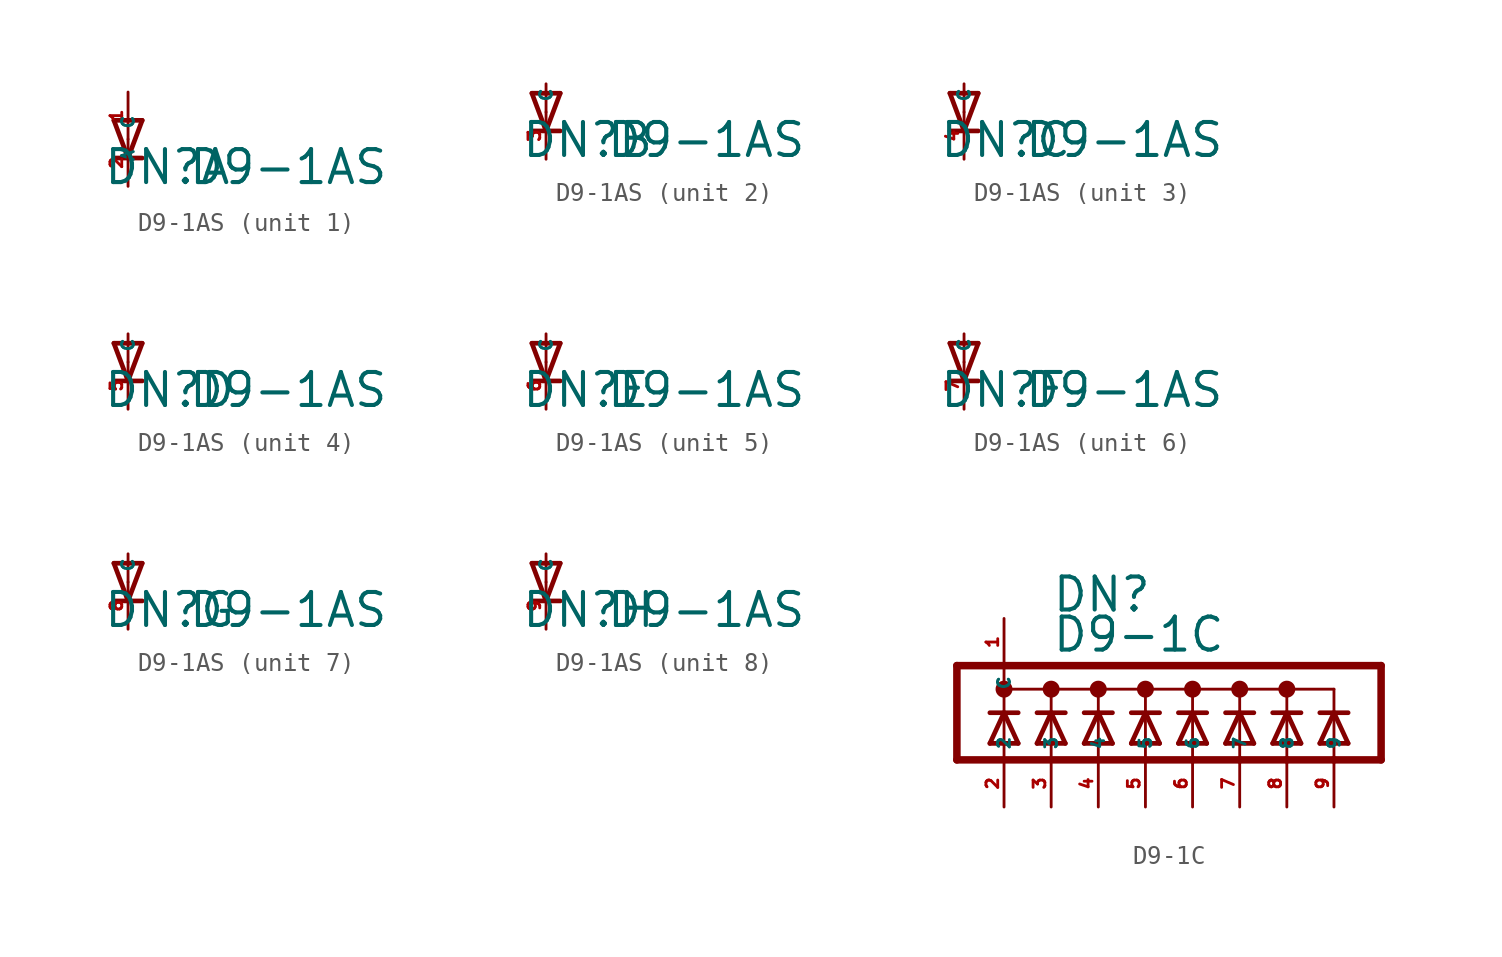
<source format=kicad_sym>
(kicad_symbol_lib
  (version 20220914)
  (generator Eagle2Kicad)
  (symbol "D9-1AS"
    (property "Reference" "DN"
      (at -1.372 -2.54 0)
      (effects (font (size 1.778 1.778) (thickness 0.22)) (justify left bottom)))
    (property "Value" "D9-1AS"
      (at 3.2 -2.54 0)
      (effects (font (size 1.778 1.778) (thickness 0.22)) (justify left bottom)))
    (symbol "D9-1AS_1_0"
      (polyline (pts (xy -0.762 1.016) (xy 0 -1.016)) (stroke (width 0.254) (type default)) (fill (type none)))
      (polyline (pts (xy 0 -1.016) (xy 0.762 1.016)) (stroke (width 0.254) (type default)) (fill (type none)))
      (polyline (pts (xy 0.762 -1.016) (xy 0 -1.016)) (stroke (width 0.254) (type default)) (fill (type none)))
      (polyline (pts (xy 0.762 1.016) (xy -0.762 1.016)) (stroke (width 0.254) (type default)) (fill (type none)))
      (polyline (pts (xy 0 -1.016) (xy -0.762 -1.016)) (stroke (width 0.254) (type default)) (fill (type none)))
      (pin passive line (at 0 2.54 270) (length 2.54) (name "A" (effects (font (size 0.635 0.635) (thickness 0.08)) (justify left bottom))) (number "1" (effects (font (size 0.635 0.635) (thickness 0.08)) (justify left bottom))))
      (pin passive line (at 0 -2.54 90) (length 2.54) (name "C" (effects (font (size 0.635 0.635) (thickness 0.08)) (justify left bottom))) (number "2" (effects (font (size 0.635 0.635) (thickness 0.08)) (justify left bottom)))))
    (symbol "D9-1AS_2_0"
      (polyline (pts (xy -0.762 1.016) (xy 0 -1.016)) (stroke (width 0.254) (type default)) (fill (type none)))
      (polyline (pts (xy 0 -1.016) (xy 0.762 1.016)) (stroke (width 0.254) (type default)) (fill (type none)))
      (polyline (pts (xy 0.762 -1.016) (xy 0 -1.016)) (stroke (width 0.254) (type default)) (fill (type none)))
      (polyline (pts (xy 0.762 1.016) (xy 0 1.016)) (stroke (width 0.254) (type default)) (fill (type none)))
      (polyline (pts (xy 0 1.016) (xy 0 0)) (stroke (width 0.152) (type default)) (fill (type none)))
      (polyline (pts (xy 0 1.016) (xy -0.762 1.016)) (stroke (width 0.254) (type default)) (fill (type none)))
      (polyline (pts (xy 0 -1.016) (xy -0.762 -1.016)) (stroke (width 0.254) (type default)) (fill (type none)))
      (polyline (pts (xy 0 1.524) (xy 0 1.016)) (stroke (width 0.152) (type default)) (fill (type none)))
      (pin passive line (at 0 -2.54 90) (length 2.54) (name "C" (effects (font (size 0.635 0.635) (thickness 0.08)) (justify left bottom))) (number "3" (effects (font (size 0.635 0.635) (thickness 0.08)) (justify left bottom)))))
    (symbol "D9-1AS_3_0"
      (polyline (pts (xy -0.762 1.016) (xy 0 -1.016)) (stroke (width 0.254) (type default)) (fill (type none)))
      (polyline (pts (xy 0 -1.016) (xy 0.762 1.016)) (stroke (width 0.254) (type default)) (fill (type none)))
      (polyline (pts (xy 0.762 -1.016) (xy 0 -1.016)) (stroke (width 0.254) (type default)) (fill (type none)))
      (polyline (pts (xy 0.762 1.016) (xy 0 1.016)) (stroke (width 0.254) (type default)) (fill (type none)))
      (polyline (pts (xy 0 1.016) (xy 0 0)) (stroke (width 0.152) (type default)) (fill (type none)))
      (polyline (pts (xy 0 1.016) (xy -0.762 1.016)) (stroke (width 0.254) (type default)) (fill (type none)))
      (polyline (pts (xy 0 -1.016) (xy -0.762 -1.016)) (stroke (width 0.254) (type default)) (fill (type none)))
      (polyline (pts (xy 0 1.524) (xy 0 1.016)) (stroke (width 0.152) (type default)) (fill (type none)))
      (pin passive line (at 0 -2.54 90) (length 2.54) (name "C" (effects (font (size 0.635 0.635) (thickness 0.08)) (justify left bottom))) (number "4" (effects (font (size 0.635 0.635) (thickness 0.08)) (justify left bottom)))))
    (symbol "D9-1AS_4_0"
      (polyline (pts (xy -0.762 1.016) (xy 0 -1.016)) (stroke (width 0.254) (type default)) (fill (type none)))
      (polyline (pts (xy 0 -1.016) (xy 0.762 1.016)) (stroke (width 0.254) (type default)) (fill (type none)))
      (polyline (pts (xy 0.762 -1.016) (xy 0 -1.016)) (stroke (width 0.254) (type default)) (fill (type none)))
      (polyline (pts (xy 0.762 1.016) (xy 0 1.016)) (stroke (width 0.254) (type default)) (fill (type none)))
      (polyline (pts (xy 0 1.016) (xy 0 0)) (stroke (width 0.152) (type default)) (fill (type none)))
      (polyline (pts (xy 0 1.016) (xy -0.762 1.016)) (stroke (width 0.254) (type default)) (fill (type none)))
      (polyline (pts (xy 0 -1.016) (xy -0.762 -1.016)) (stroke (width 0.254) (type default)) (fill (type none)))
      (polyline (pts (xy 0 1.524) (xy 0 1.016)) (stroke (width 0.152) (type default)) (fill (type none)))
      (pin passive line (at 0 -2.54 90) (length 2.54) (name "C" (effects (font (size 0.635 0.635) (thickness 0.08)) (justify left bottom))) (number "5" (effects (font (size 0.635 0.635) (thickness 0.08)) (justify left bottom)))))
    (symbol "D9-1AS_5_0"
      (polyline (pts (xy -0.762 1.016) (xy 0 -1.016)) (stroke (width 0.254) (type default)) (fill (type none)))
      (polyline (pts (xy 0 -1.016) (xy 0.762 1.016)) (stroke (width 0.254) (type default)) (fill (type none)))
      (polyline (pts (xy 0.762 -1.016) (xy 0 -1.016)) (stroke (width 0.254) (type default)) (fill (type none)))
      (polyline (pts (xy 0.762 1.016) (xy 0 1.016)) (stroke (width 0.254) (type default)) (fill (type none)))
      (polyline (pts (xy 0 1.016) (xy 0 0)) (stroke (width 0.152) (type default)) (fill (type none)))
      (polyline (pts (xy 0 1.016) (xy -0.762 1.016)) (stroke (width 0.254) (type default)) (fill (type none)))
      (polyline (pts (xy 0 -1.016) (xy -0.762 -1.016)) (stroke (width 0.254) (type default)) (fill (type none)))
      (polyline (pts (xy 0 1.524) (xy 0 1.016)) (stroke (width 0.152) (type default)) (fill (type none)))
      (pin passive line (at 0 -2.54 90) (length 2.54) (name "C" (effects (font (size 0.635 0.635) (thickness 0.08)) (justify left bottom))) (number "6" (effects (font (size 0.635 0.635) (thickness 0.08)) (justify left bottom)))))
    (symbol "D9-1AS_6_0"
      (polyline (pts (xy -0.762 1.016) (xy 0 -1.016)) (stroke (width 0.254) (type default)) (fill (type none)))
      (polyline (pts (xy 0 -1.016) (xy 0.762 1.016)) (stroke (width 0.254) (type default)) (fill (type none)))
      (polyline (pts (xy 0.762 -1.016) (xy 0 -1.016)) (stroke (width 0.254) (type default)) (fill (type none)))
      (polyline (pts (xy 0.762 1.016) (xy 0 1.016)) (stroke (width 0.254) (type default)) (fill (type none)))
      (polyline (pts (xy 0 1.016) (xy 0 0)) (stroke (width 0.152) (type default)) (fill (type none)))
      (polyline (pts (xy 0 1.016) (xy -0.762 1.016)) (stroke (width 0.254) (type default)) (fill (type none)))
      (polyline (pts (xy 0 -1.016) (xy -0.762 -1.016)) (stroke (width 0.254) (type default)) (fill (type none)))
      (polyline (pts (xy 0 1.524) (xy 0 1.016)) (stroke (width 0.152) (type default)) (fill (type none)))
      (pin passive line (at 0 -2.54 90) (length 2.54) (name "C" (effects (font (size 0.635 0.635) (thickness 0.08)) (justify left bottom))) (number "7" (effects (font (size 0.635 0.635) (thickness 0.08)) (justify left bottom)))))
    (symbol "D9-1AS_7_0"
      (polyline (pts (xy -0.762 1.016) (xy 0 -1.016)) (stroke (width 0.254) (type default)) (fill (type none)))
      (polyline (pts (xy 0 -1.016) (xy 0.762 1.016)) (stroke (width 0.254) (type default)) (fill (type none)))
      (polyline (pts (xy 0.762 -1.016) (xy 0 -1.016)) (stroke (width 0.254) (type default)) (fill (type none)))
      (polyline (pts (xy 0.762 1.016) (xy 0 1.016)) (stroke (width 0.254) (type default)) (fill (type none)))
      (polyline (pts (xy 0 1.016) (xy 0 0)) (stroke (width 0.152) (type default)) (fill (type none)))
      (polyline (pts (xy 0 1.016) (xy -0.762 1.016)) (stroke (width 0.254) (type default)) (fill (type none)))
      (polyline (pts (xy 0 -1.016) (xy -0.762 -1.016)) (stroke (width 0.254) (type default)) (fill (type none)))
      (polyline (pts (xy 0 1.524) (xy 0 1.016)) (stroke (width 0.152) (type default)) (fill (type none)))
      (pin passive line (at 0 -2.54 90) (length 2.54) (name "C" (effects (font (size 0.635 0.635) (thickness 0.08)) (justify left bottom))) (number "8" (effects (font (size 0.635 0.635) (thickness 0.08)) (justify left bottom)))))
    (symbol "D9-1AS_8_0"
      (polyline (pts (xy -0.762 1.016) (xy 0 -1.016)) (stroke (width 0.254) (type default)) (fill (type none)))
      (polyline (pts (xy 0 -1.016) (xy 0.762 1.016)) (stroke (width 0.254) (type default)) (fill (type none)))
      (polyline (pts (xy 0.762 -1.016) (xy 0 -1.016)) (stroke (width 0.254) (type default)) (fill (type none)))
      (polyline (pts (xy 0.762 1.016) (xy 0 1.016)) (stroke (width 0.254) (type default)) (fill (type none)))
      (polyline (pts (xy 0 1.016) (xy 0 0)) (stroke (width 0.152) (type default)) (fill (type none)))
      (polyline (pts (xy 0 1.016) (xy -0.762 1.016)) (stroke (width 0.254) (type default)) (fill (type none)))
      (polyline (pts (xy 0 -1.016) (xy -0.762 -1.016)) (stroke (width 0.254) (type default)) (fill (type none)))
      (polyline (pts (xy 0 1.524) (xy 0 1.016)) (stroke (width 0.152) (type default)) (fill (type none)))
      (pin passive line (at 0 -2.54 90) (length 2.54) (name "C" (effects (font (size 0.635 0.635) (thickness 0.08)) (justify left bottom))) (number "9" (effects (font (size 0.635 0.635) (thickness 0.08)) (justify left bottom))))))
  (symbol "D9-1C"
    (property "Reference" "DN"
      (at -5.08 5.334 0)
      (effects (font (size 1.778 1.778) (thickness 0.22)) (justify left bottom)))
    (property "Value" "D9-1C"
      (at -5.08 3.175 0)
      (effects (font (size 1.778 1.778) (thickness 0.22)) (justify left bottom)))
    (polyline
      (pts (xy -6.858 -1.651) (xy -7.62 0))
      (stroke (width 0.254) (type default))
      (fill (type none)))
    (polyline
      (pts (xy -7.62 0) (xy -8.382 -1.651))
      (stroke (width 0.254) (type default))
      (fill (type none)))
    (polyline
      (pts (xy -6.858 0) (xy -7.62 0))
      (stroke (width 0.254) (type default))
      (fill (type none)))
    (polyline
      (pts (xy -8.382 -1.651) (xy -7.62 -1.651))
      (stroke (width 0.254) (type default))
      (fill (type none)))
    (polyline
      (pts (xy -7.62 -1.651) (xy -7.62 -2.54))
      (stroke (width 0.152) (type default))
      (fill (type none)))
    (polyline
      (pts (xy -7.62 -1.651) (xy -6.858 -1.651))
      (stroke (width 0.254) (type default))
      (fill (type none)))
    (polyline
      (pts (xy -7.62 1.27) (xy -7.62 0))
      (stroke (width 0.152) (type default))
      (fill (type none)))
    (polyline
      (pts (xy -7.62 0) (xy -8.382 0))
      (stroke (width 0.254) (type default))
      (fill (type none)))
    (polyline
      (pts (xy -7.62 1.27) (xy -5.08 1.27))
      (stroke (width 0.152) (type default))
      (fill (type none)))
    (polyline
      (pts (xy -5.08 1.27) (xy -5.08 0))
      (stroke (width 0.152) (type default))
      (fill (type none)))
    (polyline
      (pts (xy -5.08 1.27) (xy -2.54 1.27))
      (stroke (width 0.152) (type default))
      (fill (type none)))
    (polyline
      (pts (xy -2.54 1.27) (xy -2.54 0))
      (stroke (width 0.152) (type default))
      (fill (type none)))
    (polyline
      (pts (xy -2.54 1.27) (xy 0 1.27))
      (stroke (width 0.152) (type default))
      (fill (type none)))
    (polyline
      (pts (xy 0 1.27) (xy 0 0))
      (stroke (width 0.152) (type default))
      (fill (type none)))
    (polyline
      (pts (xy 0 -2.54) (xy 0 -1.651))
      (stroke (width 0.152) (type default))
      (fill (type none)))
    (polyline
      (pts (xy -2.54 -2.54) (xy -2.54 -1.651))
      (stroke (width 0.152) (type default))
      (fill (type none)))
    (polyline
      (pts (xy -5.08 -2.54) (xy -5.08 -1.651))
      (stroke (width 0.152) (type default))
      (fill (type none)))
    (polyline
      (pts (xy -5.08 -1.651) (xy -4.318 -1.651))
      (stroke (width 0.254) (type default))
      (fill (type none)))
    (polyline
      (pts (xy -5.842 -1.651) (xy -5.08 -1.651))
      (stroke (width 0.254) (type default))
      (fill (type none)))
    (polyline
      (pts (xy -2.54 -1.651) (xy -1.778 -1.651))
      (stroke (width 0.254) (type default))
      (fill (type none)))
    (polyline
      (pts (xy 0 -1.651) (xy 0.762 -1.651))
      (stroke (width 0.254) (type default))
      (fill (type none)))
    (polyline
      (pts (xy -3.302 -1.651) (xy -2.54 -1.651))
      (stroke (width 0.254) (type default))
      (fill (type none)))
    (polyline
      (pts (xy -0.762 -1.651) (xy 0 -1.651))
      (stroke (width 0.254) (type default))
      (fill (type none)))
    (polyline
      (pts (xy -10.16 -2.54) (xy -10.16 2.54))
      (stroke (width 0.406) (type default))
      (fill (type none)))
    (polyline
      (pts (xy -10.16 2.54) (xy -7.62 2.54))
      (stroke (width 0.406) (type default))
      (fill (type none)))
    (polyline
      (pts (xy -7.62 2.54) (xy 12.7 2.54))
      (stroke (width 0.406) (type default))
      (fill (type none)))
    (polyline
      (pts (xy 12.7 2.54) (xy 12.7 -2.54))
      (stroke (width 0.406) (type default))
      (fill (type none)))
    (polyline
      (pts (xy -10.16 -2.54) (xy 2.54 -2.54))
      (stroke (width 0.406) (type default))
      (fill (type none)))
    (polyline
      (pts (xy 2.54 -2.54) (xy 5.08 -2.54))
      (stroke (width 0.406) (type default))
      (fill (type none)))
    (polyline
      (pts (xy 5.08 -2.54) (xy 7.62 -2.54))
      (stroke (width 0.406) (type default))
      (fill (type none)))
    (polyline
      (pts (xy 7.62 -2.54) (xy 10.16 -2.54))
      (stroke (width 0.406) (type default))
      (fill (type none)))
    (polyline
      (pts (xy 10.16 -2.54) (xy 12.7 -2.54))
      (stroke (width 0.406) (type default))
      (fill (type none)))
    (polyline
      (pts (xy -7.62 1.27) (xy -7.62 2.54))
      (stroke (width 0.152) (type default))
      (fill (type none)))
    (polyline
      (pts (xy -7.62 -1.651) (xy -7.62 0))
      (stroke (width 0.152) (type default))
      (fill (type none)))
    (polyline
      (pts (xy -5.08 0) (xy -5.842 -1.651))
      (stroke (width 0.254) (type default))
      (fill (type none)))
    (polyline
      (pts (xy -2.54 0) (xy -3.302 -1.651))
      (stroke (width 0.254) (type default))
      (fill (type none)))
    (polyline
      (pts (xy 0 0) (xy -0.762 -1.651))
      (stroke (width 0.254) (type default))
      (fill (type none)))
    (polyline
      (pts (xy -4.318 -1.651) (xy -5.08 0))
      (stroke (width 0.254) (type default))
      (fill (type none)))
    (polyline
      (pts (xy -1.778 -1.651) (xy -2.54 0))
      (stroke (width 0.254) (type default))
      (fill (type none)))
    (polyline
      (pts (xy 0.762 -1.651) (xy 0 0))
      (stroke (width 0.254) (type default))
      (fill (type none)))
    (polyline
      (pts (xy -4.318 0) (xy -5.08 0))
      (stroke (width 0.254) (type default))
      (fill (type none)))
    (polyline
      (pts (xy -1.778 0) (xy -2.54 0))
      (stroke (width 0.254) (type default))
      (fill (type none)))
    (polyline
      (pts (xy 0.762 0) (xy 0 0))
      (stroke (width 0.254) (type default))
      (fill (type none)))
    (polyline
      (pts (xy -5.08 0) (xy -5.842 0))
      (stroke (width 0.254) (type default))
      (fill (type none)))
    (polyline
      (pts (xy -2.54 0) (xy -3.302 0))
      (stroke (width 0.254) (type default))
      (fill (type none)))
    (polyline
      (pts (xy 0 0) (xy -0.762 0))
      (stroke (width 0.254) (type default))
      (fill (type none)))
    (polyline
      (pts (xy -5.08 -1.651) (xy -5.08 0))
      (stroke (width 0.152) (type default))
      (fill (type none)))
    (polyline
      (pts (xy -2.54 -1.651) (xy -2.54 0))
      (stroke (width 0.152) (type default))
      (fill (type none)))
    (polyline
      (pts (xy 0 -1.651) (xy 0 0))
      (stroke (width 0.152) (type default))
      (fill (type none)))
    (polyline
      (pts (xy 0 1.27) (xy 2.54 1.27))
      (stroke (width 0.152) (type default))
      (fill (type none)))
    (polyline
      (pts (xy 2.54 1.27) (xy 2.54 0))
      (stroke (width 0.152) (type default))
      (fill (type none)))
    (polyline
      (pts (xy 2.54 -2.54) (xy 2.54 -1.651))
      (stroke (width 0.152) (type default))
      (fill (type none)))
    (polyline
      (pts (xy 2.54 -1.651) (xy 3.302 -1.651))
      (stroke (width 0.254) (type default))
      (fill (type none)))
    (polyline
      (pts (xy 1.778 -1.651) (xy 2.54 -1.651))
      (stroke (width 0.254) (type default))
      (fill (type none)))
    (polyline
      (pts (xy 2.54 0) (xy 1.778 -1.651))
      (stroke (width 0.254) (type default))
      (fill (type none)))
    (polyline
      (pts (xy 3.302 -1.651) (xy 2.54 0))
      (stroke (width 0.254) (type default))
      (fill (type none)))
    (polyline
      (pts (xy 3.302 0) (xy 2.54 0))
      (stroke (width 0.254) (type default))
      (fill (type none)))
    (polyline
      (pts (xy 2.54 0) (xy 1.778 0))
      (stroke (width 0.254) (type default))
      (fill (type none)))
    (polyline
      (pts (xy 2.54 -1.651) (xy 2.54 0))
      (stroke (width 0.152) (type default))
      (fill (type none)))
    (polyline
      (pts (xy 2.54 1.27) (xy 5.08 1.27))
      (stroke (width 0.152) (type default))
      (fill (type none)))
    (polyline
      (pts (xy 5.08 1.27) (xy 5.08 0))
      (stroke (width 0.152) (type default))
      (fill (type none)))
    (polyline
      (pts (xy 5.08 -2.54) (xy 5.08 -1.651))
      (stroke (width 0.152) (type default))
      (fill (type none)))
    (polyline
      (pts (xy 5.08 -1.651) (xy 5.842 -1.651))
      (stroke (width 0.254) (type default))
      (fill (type none)))
    (polyline
      (pts (xy 4.318 -1.651) (xy 5.08 -1.651))
      (stroke (width 0.254) (type default))
      (fill (type none)))
    (polyline
      (pts (xy 5.08 0) (xy 4.318 -1.651))
      (stroke (width 0.254) (type default))
      (fill (type none)))
    (polyline
      (pts (xy 5.842 -1.651) (xy 5.08 0))
      (stroke (width 0.254) (type default))
      (fill (type none)))
    (polyline
      (pts (xy 5.842 0) (xy 5.08 0))
      (stroke (width 0.254) (type default))
      (fill (type none)))
    (polyline
      (pts (xy 5.08 0) (xy 4.318 0))
      (stroke (width 0.254) (type default))
      (fill (type none)))
    (polyline
      (pts (xy 5.08 -1.651) (xy 5.08 0))
      (stroke (width 0.152) (type default))
      (fill (type none)))
    (polyline
      (pts (xy 5.08 1.27) (xy 7.62 1.27))
      (stroke (width 0.152) (type default))
      (fill (type none)))
    (polyline
      (pts (xy 7.62 1.27) (xy 7.62 0))
      (stroke (width 0.152) (type default))
      (fill (type none)))
    (polyline
      (pts (xy 7.62 -2.54) (xy 7.62 -1.651))
      (stroke (width 0.152) (type default))
      (fill (type none)))
    (polyline
      (pts (xy 7.62 -1.651) (xy 8.382 -1.651))
      (stroke (width 0.254) (type default))
      (fill (type none)))
    (polyline
      (pts (xy 6.858 -1.651) (xy 7.62 -1.651))
      (stroke (width 0.254) (type default))
      (fill (type none)))
    (polyline
      (pts (xy 7.62 0) (xy 6.858 -1.651))
      (stroke (width 0.254) (type default))
      (fill (type none)))
    (polyline
      (pts (xy 8.382 -1.651) (xy 7.62 0))
      (stroke (width 0.254) (type default))
      (fill (type none)))
    (polyline
      (pts (xy 8.382 0) (xy 7.62 0))
      (stroke (width 0.254) (type default))
      (fill (type none)))
    (polyline
      (pts (xy 7.62 0) (xy 6.858 0))
      (stroke (width 0.254) (type default))
      (fill (type none)))
    (polyline
      (pts (xy 7.62 -1.651) (xy 7.62 0))
      (stroke (width 0.152) (type default))
      (fill (type none)))
    (polyline
      (pts (xy 7.62 1.27) (xy 10.16 1.27))
      (stroke (width 0.152) (type default))
      (fill (type none)))
    (polyline
      (pts (xy 10.16 1.27) (xy 10.16 0))
      (stroke (width 0.152) (type default))
      (fill (type none)))
    (polyline
      (pts (xy 10.16 -2.54) (xy 10.16 -1.651))
      (stroke (width 0.152) (type default))
      (fill (type none)))
    (polyline
      (pts (xy 10.16 -1.651) (xy 10.922 -1.651))
      (stroke (width 0.254) (type default))
      (fill (type none)))
    (polyline
      (pts (xy 9.398 -1.651) (xy 10.16 -1.651))
      (stroke (width 0.254) (type default))
      (fill (type none)))
    (polyline
      (pts (xy 10.16 0) (xy 9.398 -1.651))
      (stroke (width 0.254) (type default))
      (fill (type none)))
    (polyline
      (pts (xy 10.922 -1.651) (xy 10.16 0))
      (stroke (width 0.254) (type default))
      (fill (type none)))
    (polyline
      (pts (xy 10.922 0) (xy 10.16 0))
      (stroke (width 0.254) (type default))
      (fill (type none)))
    (polyline
      (pts (xy 10.16 0) (xy 9.398 0))
      (stroke (width 0.254) (type default))
      (fill (type none)))
    (polyline
      (pts (xy 10.16 -1.651) (xy 10.16 0))
      (stroke (width 0.152) (type default))
      (fill (type none)))
    (circle
      (center -2.54 1.27)
      (radius 0.254)
      (stroke (width 0.406) (type default))
      (fill (type none)))
    (circle
      (center -5.08 1.27)
      (radius 0.254)
      (stroke (width 0.406) (type default))
      (fill (type none)))
    (circle
      (center -7.62 1.27)
      (radius 0.254)
      (stroke (width 0.406) (type default))
      (fill (type none)))
    (circle
      (center 0 1.27)
      (radius 0.254)
      (stroke (width 0.406) (type default))
      (fill (type none)))
    (circle
      (center 2.54 1.27)
      (radius 0.254)
      (stroke (width 0.406) (type default))
      (fill (type none)))
    (circle
      (center 5.08 1.27)
      (radius 0.254)
      (stroke (width 0.406) (type default))
      (fill (type none)))
    (circle
      (center 7.62 1.27)
      (radius 0.254)
      (stroke (width 0.406) (type default))
      (fill (type none)))
    (pin passive line
      (at -7.62 5.08 270)
      (length 2.54)
      (name "C" (effects (font (size 0.635 0.635) (thickness 0.08)) (justify left bottom)))
      (number "1" (effects (font (size 0.635 0.635) (thickness 0.08)) (justify left bottom))))
    (pin passive line
      (at -7.62 -5.08 90)
      (length 2.54)
      (name "2" (effects (font (size 0.635 0.635) (thickness 0.08)) (justify left bottom)))
      (number "2" (effects (font (size 0.635 0.635) (thickness 0.08)) (justify left bottom))))
    (pin passive line
      (at -5.08 -5.08 90)
      (length 2.54)
      (name "3" (effects (font (size 0.635 0.635) (thickness 0.08)) (justify left bottom)))
      (number "3" (effects (font (size 0.635 0.635) (thickness 0.08)) (justify left bottom))))
    (pin passive line
      (at -2.54 -5.08 90)
      (length 2.54)
      (name "4" (effects (font (size 0.635 0.635) (thickness 0.08)) (justify left bottom)))
      (number "4" (effects (font (size 0.635 0.635) (thickness 0.08)) (justify left bottom))))
    (pin passive line
      (at 0 -5.08 90)
      (length 2.54)
      (name "5" (effects (font (size 0.635 0.635) (thickness 0.08)) (justify left bottom)))
      (number "5" (effects (font (size 0.635 0.635) (thickness 0.08)) (justify left bottom))))
    (pin passive line
      (at 2.54 -5.08 90)
      (length 2.54)
      (name "6" (effects (font (size 0.635 0.635) (thickness 0.08)) (justify left bottom)))
      (number "6" (effects (font (size 0.635 0.635) (thickness 0.08)) (justify left bottom))))
    (pin passive line
      (at 5.08 -5.08 90)
      (length 2.54)
      (name "7" (effects (font (size 0.635 0.635) (thickness 0.08)) (justify left bottom)))
      (number "7" (effects (font (size 0.635 0.635) (thickness 0.08)) (justify left bottom))))
    (pin passive line
      (at 7.62 -5.08 90)
      (length 2.54)
      (name "8" (effects (font (size 0.635 0.635) (thickness 0.08)) (justify left bottom)))
      (number "8" (effects (font (size 0.635 0.635) (thickness 0.08)) (justify left bottom))))
    (pin passive line
      (at 10.16 -5.08 90)
      (length 2.54)
      (name "9" (effects (font (size 0.635 0.635) (thickness 0.08)) (justify left bottom)))
      (number "9" (effects (font (size 0.635 0.635) (thickness 0.08)) (justify left bottom))))))
</source>
